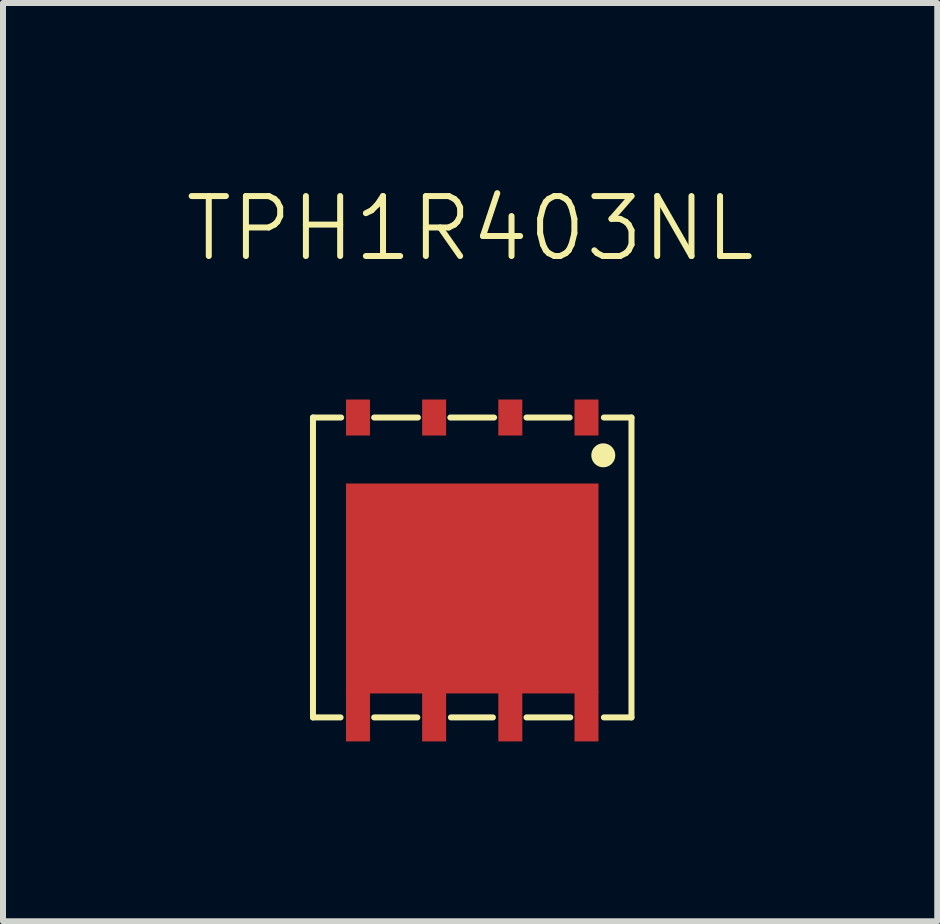
<source format=kicad_pcb>
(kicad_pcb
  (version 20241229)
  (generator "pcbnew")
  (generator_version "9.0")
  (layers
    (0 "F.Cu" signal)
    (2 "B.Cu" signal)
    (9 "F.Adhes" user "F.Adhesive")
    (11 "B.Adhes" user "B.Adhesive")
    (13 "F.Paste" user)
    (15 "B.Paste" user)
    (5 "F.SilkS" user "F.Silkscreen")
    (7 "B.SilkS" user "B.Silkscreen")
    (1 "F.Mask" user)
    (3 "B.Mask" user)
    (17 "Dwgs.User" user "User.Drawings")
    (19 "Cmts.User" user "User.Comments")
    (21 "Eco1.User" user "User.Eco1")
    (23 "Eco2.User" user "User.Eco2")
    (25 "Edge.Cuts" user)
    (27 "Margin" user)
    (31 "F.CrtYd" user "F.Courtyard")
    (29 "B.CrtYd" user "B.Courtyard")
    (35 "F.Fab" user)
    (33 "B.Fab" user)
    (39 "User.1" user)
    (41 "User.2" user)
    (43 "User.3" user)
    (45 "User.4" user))
  (footprint "TPH1R403NL"
    (layer "F.Cu")
    (at 4.823 6.761)
    (property "Reference" "TPH1R403NL" (at -0.035 -6 0) (unlocked yes) (layer "F.SilkS") (effects (font (size 1 1) (thickness 0.1))))
    (attr smd)
    (fp_line (start -2.655 -2.85) (end -2.185 -2.85) (stroke (width 0.1) (type default)) (layer "F.SilkS"))
    (fp_line (start -2.655 2.15) (end -2.655 -2.85) (stroke (width 0.1) (type default)) (layer "F.SilkS"))
    (fp_line (start -2.195 2.15) (end -2.655 2.15) (stroke (width 0.1) (type default)) (layer "F.SilkS"))
    (fp_line (start -1.635 -2.85) (end -0.905 -2.85) (stroke (width 0.1) (type default)) (layer "F.SilkS"))
    (fp_line (start -0.915 2.15) (end -1.635 2.15) (stroke (width 0.1) (type default)) (layer "F.SilkS"))
    (fp_line (start -0.365 -2.85) (end 0.365 -2.85) (stroke (width 0.1) (type default)) (layer "F.SilkS"))
    (fp_line (start 0.345 2.15) (end -0.355 2.15) (stroke (width 0.1) (type default)) (layer "F.SilkS"))
    (fp_line (start 0.905 -2.85) (end 1.625 -2.85) (stroke (width 0.1) (type default)) (layer "F.SilkS"))
    (fp_line (start 1.635 2.15) (end 0.905 2.15) (stroke (width 0.1) (type default)) (layer "F.SilkS"))
    (fp_line (start 2.195 -2.85) (end 2.655 -2.85) (stroke (width 0.1) (type default)) (layer "F.SilkS"))
    (fp_line (start 2.655 -2.85) (end 2.655 2.15) (stroke (width 0.1) (type default)) (layer "F.SilkS"))
    (fp_line (start 2.655 2.15) (end 2.195 2.15) (stroke (width 0.1) (type default)) (layer "F.SilkS"))
    (fp_circle (center 2.185 -2.22) (end 2.245 -2.14) (stroke (width 0.2) (type solid)) (fill no) (layer "F.SilkS"))
    (pad "1" smd rect (at 1.905 -2.85) (size 0.4 0.6) (layers "F.Cu" "F.Mask" "F.Paste"))
    (pad "2" smd rect (at 0.635 -2.85) (size 0.4 0.6) (layers "F.Cu" "F.Mask" "F.Paste"))
    (pad "3" smd rect (at -0.635 -2.85) (size 0.4 0.6) (layers "F.Cu" "F.Mask" "F.Paste"))
    (pad "4" smd rect (at -1.905 -2.85) (size 0.4 0.6) (layers "F.Cu" "F.Mask" "F.Paste"))
    (pad "5" smd rect (at -1.905 2.11) (size 0.4 0.88) (layers "F.Cu" "F.Mask" "F.Paste"))
    (pad "6" smd rect (at -0.635 2.14) (size 0.4 0.82) (layers "F.Cu" "F.Mask" "F.Paste"))
    (pad "7" smd rect (at 0.635 2.13) (size 0.4 0.84) (layers "F.Cu" "F.Mask" "F.Paste"))
    (pad "8" smd rect (at 1.905 2.135) (size 0.4 0.83) (layers "F.Cu" "F.Mask" "F.Paste"))
    (pad "9" smd rect (at 0 0) (size 4.21 3.5) (layers "F.Cu" "F.Mask" "F.Paste")))
  (gr_rect
    (start -3 -3)
    (end 12.576 12.31)
    (stroke (width 0.1) (type default))
    (fill no)
    (layer "Edge.Cuts")))
</source>
